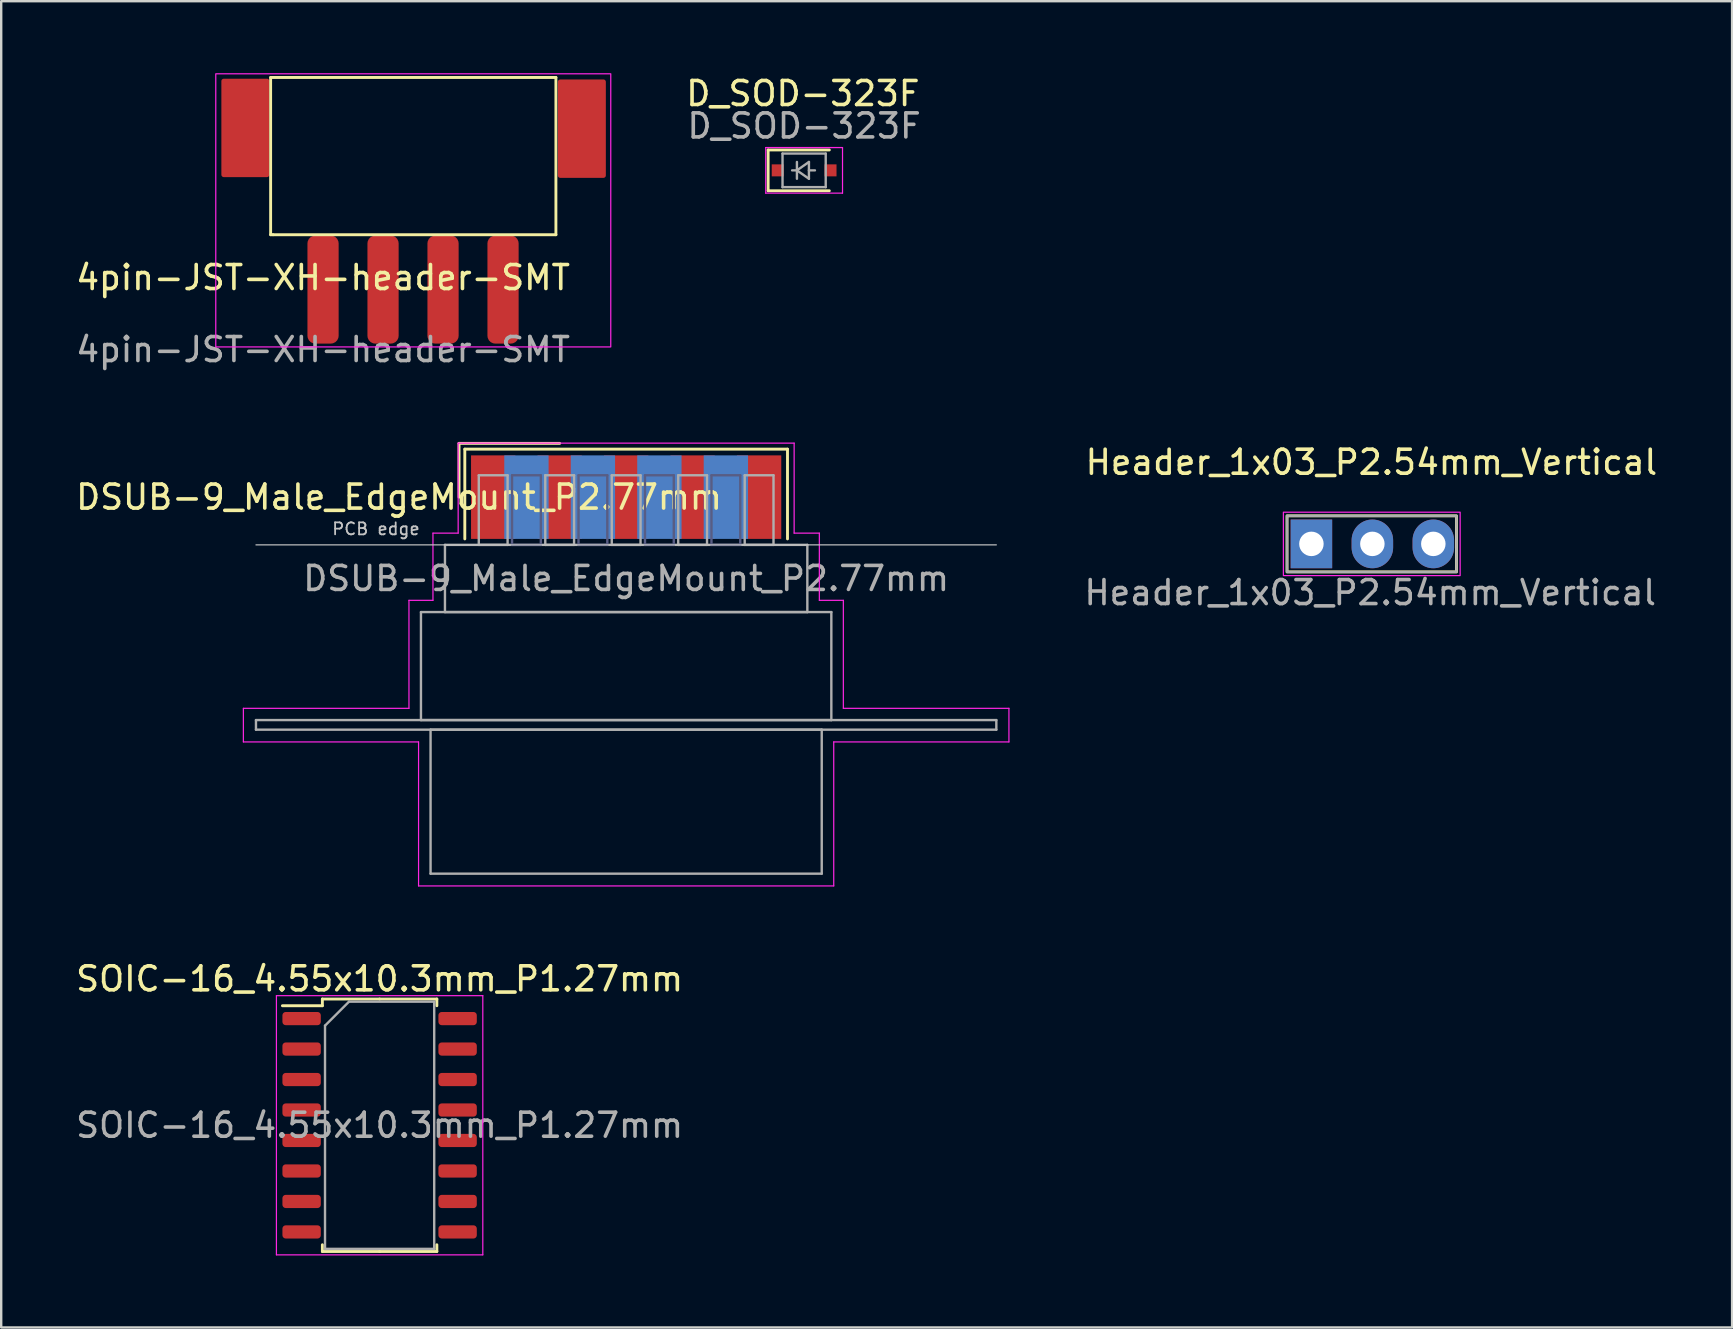
<source format=kicad_pcb>
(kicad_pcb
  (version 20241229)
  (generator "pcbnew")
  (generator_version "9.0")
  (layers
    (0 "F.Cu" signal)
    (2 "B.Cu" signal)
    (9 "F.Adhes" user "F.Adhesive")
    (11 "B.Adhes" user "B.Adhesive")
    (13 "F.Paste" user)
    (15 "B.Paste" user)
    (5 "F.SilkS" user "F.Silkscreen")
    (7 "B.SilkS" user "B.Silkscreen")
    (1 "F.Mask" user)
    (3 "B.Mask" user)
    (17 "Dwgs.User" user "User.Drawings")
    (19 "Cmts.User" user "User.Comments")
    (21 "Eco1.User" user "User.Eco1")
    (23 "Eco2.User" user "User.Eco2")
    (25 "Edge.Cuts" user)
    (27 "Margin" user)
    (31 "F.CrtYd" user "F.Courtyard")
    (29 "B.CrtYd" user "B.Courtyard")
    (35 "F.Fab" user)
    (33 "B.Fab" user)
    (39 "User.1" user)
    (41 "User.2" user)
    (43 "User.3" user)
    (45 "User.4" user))
  (footprint "Header_1x03_P2.54mm_Vertical"
    (layer "F.Cu")
    (at 51.595 19.613)
    (property "Reference" "Header_1x03_P2.54mm_Vertical" (at 2.5 -3.4 0) (layer "F.SilkS") (effects (font (size 1 1) (thickness 0.15))))
    (attr through_hole)
    (fp_rect (start -1.016 -1.168) (end 6.045 1.168) (stroke (width 0.12) (type solid)) (fill no) (layer "F.SilkS"))
    (fp_rect (start 6.198 -1.321) (end -1.168 1.321) (stroke (width 0.05) (type solid)) (fill no) (layer "F.CrtYd"))
    (fp_rect (start -1.016 -1.168) (end 6.045 1.168) (stroke (width 0.1) (type solid)) (fill no) (layer "F.Fab"))
    (fp_text user "${REFERENCE}" (at 2.45 2.032 0) (layer "F.Fab") (effects (font (size 1 1) (thickness 0.15))))
    (pad "1" thru_hole rect (at 0 0 90) (size 2.03 1.73) (drill 1.02) (layers "*.Cu" "*.Mask"))
    (pad "2" thru_hole oval (at 2.54 0 90) (size 2.03 1.73) (drill 1.02) (layers "*.Cu" "*.Mask"))
    (pad "3" thru_hole oval (at 5.08 0 90) (size 2.03 1.73) (drill 1.02) (layers "*.Cu" "*.Mask")))
  (footprint "D_SOD-323F"
    (layer "F.Cu")
    (at 30.457 4.049)
    (property "Reference" "D_SOD-323F" (at -0.051 -3.2 0) (layer "F.SilkS") (effects (font (size 1 1) (thickness 0.15))))
    (attr smd)
    (fp_line (start -1.5 -0.85) (end -1.5 0.85) (stroke (width 0.12) (type solid)) (layer "F.SilkS"))
    (fp_line (start -1.5 -0.85) (end 1.05 -0.85) (stroke (width 0.12) (type solid)) (layer "F.SilkS"))
    (fp_line (start -1.5 0.85) (end 1.05 0.85) (stroke (width 0.12) (type solid)) (layer "F.SilkS"))
    (fp_line (start -1.6 -0.95) (end -1.6 0.95) (stroke (width 0.05) (type solid)) (layer "F.CrtYd"))
    (fp_line (start -1.6 -0.95) (end 1.6 -0.95) (stroke (width 0.05) (type solid)) (layer "F.CrtYd"))
    (fp_line (start -1.6 0.95) (end 1.6 0.95) (stroke (width 0.05) (type solid)) (layer "F.CrtYd"))
    (fp_line (start 1.6 -0.95) (end 1.6 0.95) (stroke (width 0.05) (type solid)) (layer "F.CrtYd"))
    (fp_line (start -0.9 -0.7) (end 0.9 -0.7) (stroke (width 0.1) (type solid)) (layer "F.Fab"))
    (fp_line (start -0.9 0.7) (end -0.9 -0.7) (stroke (width 0.1) (type solid)) (layer "F.Fab"))
    (fp_line (start -0.3 -0.35) (end -0.3 0.35) (stroke (width 0.1) (type solid)) (layer "F.Fab"))
    (fp_line (start -0.3 0) (end -0.5 0) (stroke (width 0.1) (type solid)) (layer "F.Fab"))
    (fp_line (start -0.3 0) (end 0.2 -0.35) (stroke (width 0.1) (type solid)) (layer "F.Fab"))
    (fp_line (start 0.2 -0.35) (end 0.2 0.35) (stroke (width 0.1) (type solid)) (layer "F.Fab"))
    (fp_line (start 0.2 0) (end 0.45 0) (stroke (width 0.1) (type solid)) (layer "F.Fab"))
    (fp_line (start 0.2 0.35) (end -0.3 0) (stroke (width 0.1) (type solid)) (layer "F.Fab"))
    (fp_line (start 0.9 -0.7) (end 0.9 0.7) (stroke (width 0.1) (type solid)) (layer "F.Fab"))
    (fp_line (start 0.9 0.7) (end -0.9 0.7) (stroke (width 0.1) (type solid)) (layer "F.Fab"))
    (fp_text user "${REFERENCE}" (at 0 -1.85 0) (layer "F.Fab") (effects (font (size 1 1) (thickness 0.15))))
    (pad "1" smd rect (at -1.1 0) (size 0.5 0.5) (layers "F.Cu" "F.Mask" "F.Paste"))
    (pad "2" smd rect (at 1.1 0) (size 0.5 0.5) (layers "F.Cu" "F.Mask" "F.Paste")))
  (footprint "DSUB-9_Male_EdgeMount_P2.77mm"
    (layer "F.Cu")
    (at 23.041 17.665)
    (property "Reference" "DSUB-9_Male_EdgeMount_P2.77mm" (at -9.463 0 180) (layer "F.SilkS") (effects (font (size 1 1) (thickness 0.15))))
    (attr smd)
    (fp_line (start -6.963 -2.24) (end -2.77 -2.24) (stroke (width 0.12) (type solid)) (layer "F.SilkS"))
    (fp_line (start -6.963 0) (end -6.963 -2.24) (stroke (width 0.12) (type solid)) (layer "F.SilkS"))
    (fp_line (start -6.723 -2) (end -6.723 1.74) (stroke (width 0.12) (type solid)) (layer "F.SilkS"))
    (fp_line (start 6.723 -2) (end -6.723 -2) (stroke (width 0.12) (type solid)) (layer "F.SilkS"))
    (fp_line (start 6.723 1.74) (end 6.723 -2) (stroke (width 0.12) (type solid)) (layer "F.SilkS"))
    (fp_line (start -15.425 1.99) (end 15.425 1.99) (stroke (width 0.05) (type solid)) (layer "Dwgs.User"))
    (fp_line (start -15.95 8.8) (end -9.05 8.8) (stroke (width 0.05) (type solid)) (layer "F.CrtYd"))
    (fp_line (start -15.95 10.2) (end -15.95 8.8) (stroke (width 0.05) (type solid)) (layer "F.CrtYd"))
    (fp_line (start -9.05 4.3) (end -8.05 4.3) (stroke (width 0.05) (type solid)) (layer "F.CrtYd"))
    (fp_line (start -9.05 8.8) (end -9.05 4.3) (stroke (width 0.05) (type solid)) (layer "F.CrtYd"))
    (fp_line (start -8.65 10.2) (end -15.95 10.2) (stroke (width 0.05) (type solid)) (layer "F.CrtYd"))
    (fp_line (start -8.65 16.2) (end -8.65 10.2) (stroke (width 0.05) (type solid)) (layer "F.CrtYd"))
    (fp_line (start -8.05 1.5) (end -7 1.5) (stroke (width 0.05) (type solid)) (layer "F.CrtYd"))
    (fp_line (start -8.05 4.3) (end -8.05 1.5) (stroke (width 0.05) (type solid)) (layer "F.CrtYd"))
    (fp_line (start -7 -2.25) (end 7 -2.25) (stroke (width 0.05) (type solid)) (layer "F.CrtYd"))
    (fp_line (start -7 1.5) (end -7 -2.25) (stroke (width 0.05) (type solid)) (layer "F.CrtYd"))
    (fp_line (start 7 -2.25) (end 7 1.5) (stroke (width 0.05) (type solid)) (layer "F.CrtYd"))
    (fp_line (start 7 1.5) (end 8.05 1.5) (stroke (width 0.05) (type solid)) (layer "F.CrtYd"))
    (fp_line (start 8.05 1.5) (end 8.05 4.3) (stroke (width 0.05) (type solid)) (layer "F.CrtYd"))
    (fp_line (start 8.05 4.3) (end 9.05 4.3) (stroke (width 0.05) (type solid)) (layer "F.CrtYd"))
    (fp_line (start 8.65 10.2) (end 8.65 16.2) (stroke (width 0.05) (type solid)) (layer "F.CrtYd"))
    (fp_line (start 8.65 16.2) (end -8.65 16.2) (stroke (width 0.05) (type solid)) (layer "F.CrtYd"))
    (fp_line (start 9.05 4.3) (end 9.05 8.8) (stroke (width 0.05) (type solid)) (layer "F.CrtYd"))
    (fp_line (start 9.05 8.8) (end 15.95 8.8) (stroke (width 0.05) (type solid)) (layer "F.CrtYd"))
    (fp_line (start 15.95 8.8) (end 15.95 10.2) (stroke (width 0.05) (type solid)) (layer "F.CrtYd"))
    (fp_line (start 15.95 10.2) (end 8.65 10.2) (stroke (width 0.05) (type solid)) (layer "F.CrtYd"))
    (fp_line (start -4.755 -0.91) (end -4.755 1.99) (stroke (width 0.1) (type solid)) (layer "B.Fab"))
    (fp_line (start -4.755 1.99) (end -3.555 1.99) (stroke (width 0.1) (type solid)) (layer "B.Fab"))
    (fp_line (start -3.555 -0.91) (end -4.755 -0.91) (stroke (width 0.1) (type solid)) (layer "B.Fab"))
    (fp_line (start -3.555 1.99) (end -3.555 -0.91) (stroke (width 0.1) (type solid)) (layer "B.Fab"))
    (fp_line (start -1.985 -0.91) (end -1.985 1.99) (stroke (width 0.1) (type solid)) (layer "B.Fab"))
    (fp_line (start -1.985 1.99) (end -0.785 1.99) (stroke (width 0.1) (type solid)) (layer "B.Fab"))
    (fp_line (start -0.785 -0.91) (end -1.985 -0.91) (stroke (width 0.1) (type solid)) (layer "B.Fab"))
    (fp_line (start -0.785 1.99) (end -0.785 -0.91) (stroke (width 0.1) (type solid)) (layer "B.Fab"))
    (fp_line (start 0.785 -0.91) (end 0.785 1.99) (stroke (width 0.1) (type solid)) (layer "B.Fab"))
    (fp_line (start 0.785 1.99) (end 1.985 1.99) (stroke (width 0.1) (type solid)) (layer "B.Fab"))
    (fp_line (start 1.985 -0.91) (end 0.785 -0.91) (stroke (width 0.1) (type solid)) (layer "B.Fab"))
    (fp_line (start 1.985 1.99) (end 1.985 -0.91) (stroke (width 0.1) (type solid)) (layer "B.Fab"))
    (fp_line (start 3.555 -0.91) (end 3.555 1.99) (stroke (width 0.1) (type solid)) (layer "B.Fab"))
    (fp_line (start 3.555 1.99) (end 4.755 1.99) (stroke (width 0.1) (type solid)) (layer "B.Fab"))
    (fp_line (start 4.755 -0.91) (end 3.555 -0.91) (stroke (width 0.1) (type solid)) (layer "B.Fab"))
    (fp_line (start 4.755 1.99) (end 4.755 -0.91) (stroke (width 0.1) (type solid)) (layer "B.Fab"))
    (fp_line (start -15.425 9.29) (end -15.425 9.69) (stroke (width 0.1) (type solid)) (layer "F.Fab"))
    (fp_line (start -15.425 9.69) (end 15.425 9.69) (stroke (width 0.1) (type solid)) (layer "F.Fab"))
    (fp_line (start -8.55 4.79) (end -8.55 9.29) (stroke (width 0.1) (type solid)) (layer "F.Fab"))
    (fp_line (start -8.55 9.29) (end 8.55 9.29) (stroke (width 0.1) (type solid)) (layer "F.Fab"))
    (fp_line (start -8.15 9.69) (end -8.15 15.69) (stroke (width 0.1) (type solid)) (layer "F.Fab"))
    (fp_line (start -8.15 15.69) (end 8.15 15.69) (stroke (width 0.1) (type solid)) (layer "F.Fab"))
    (fp_line (start -7.55 1.99) (end -7.55 4.79) (stroke (width 0.1) (type solid)) (layer "F.Fab"))
    (fp_line (start -7.55 4.79) (end 7.55 4.79) (stroke (width 0.1) (type solid)) (layer "F.Fab"))
    (fp_line (start -6.14 -0.91) (end -6.14 1.99) (stroke (width 0.1) (type solid)) (layer "F.Fab"))
    (fp_line (start -6.14 1.99) (end -4.94 1.99) (stroke (width 0.1) (type solid)) (layer "F.Fab"))
    (fp_line (start -4.94 -0.91) (end -6.14 -0.91) (stroke (width 0.1) (type solid)) (layer "F.Fab"))
    (fp_line (start -4.94 1.99) (end -4.94 -0.91) (stroke (width 0.1) (type solid)) (layer "F.Fab"))
    (fp_line (start -3.37 -0.91) (end -3.37 1.99) (stroke (width 0.1) (type solid)) (layer "F.Fab"))
    (fp_line (start -3.37 1.99) (end -2.17 1.99) (stroke (width 0.1) (type solid)) (layer "F.Fab"))
    (fp_line (start -2.17 -0.91) (end -3.37 -0.91) (stroke (width 0.1) (type solid)) (layer "F.Fab"))
    (fp_line (start -2.17 1.99) (end -2.17 -0.91) (stroke (width 0.1) (type solid)) (layer "F.Fab"))
    (fp_line (start -0.6 -0.91) (end -0.6 1.99) (stroke (width 0.1) (type solid)) (layer "F.Fab"))
    (fp_line (start -0.6 1.99) (end 0.6 1.99) (stroke (width 0.1) (type solid)) (layer "F.Fab"))
    (fp_line (start 0.6 -0.91) (end -0.6 -0.91) (stroke (width 0.1) (type solid)) (layer "F.Fab"))
    (fp_line (start 0.6 1.99) (end 0.6 -0.91) (stroke (width 0.1) (type solid)) (layer "F.Fab"))
    (fp_line (start 2.17 -0.91) (end 2.17 1.99) (stroke (width 0.1) (type solid)) (layer "F.Fab"))
    (fp_line (start 2.17 1.99) (end 3.37 1.99) (stroke (width 0.1) (type solid)) (layer "F.Fab"))
    (fp_line (start 3.37 -0.91) (end 2.17 -0.91) (stroke (width 0.1) (type solid)) (layer "F.Fab"))
    (fp_line (start 3.37 1.99) (end 3.37 -0.91) (stroke (width 0.1) (type solid)) (layer "F.Fab"))
    (fp_line (start 4.94 -0.91) (end 4.94 1.99) (stroke (width 0.1) (type solid)) (layer "F.Fab"))
    (fp_line (start 4.94 1.99) (end 6.14 1.99) (stroke (width 0.1) (type solid)) (layer "F.Fab"))
    (fp_line (start 6.14 -0.91) (end 4.94 -0.91) (stroke (width 0.1) (type solid)) (layer "F.Fab"))
    (fp_line (start 6.14 1.99) (end 6.14 -0.91) (stroke (width 0.1) (type solid)) (layer "F.Fab"))
    (fp_line (start 7.55 1.99) (end -7.55 1.99) (stroke (width 0.1) (type solid)) (layer "F.Fab"))
    (fp_line (start 7.55 4.79) (end 7.55 1.99) (stroke (width 0.1) (type solid)) (layer "F.Fab"))
    (fp_line (start 8.15 9.69) (end -8.15 9.69) (stroke (width 0.1) (type solid)) (layer "F.Fab"))
    (fp_line (start 8.15 15.69) (end 8.15 9.69) (stroke (width 0.1) (type solid)) (layer "F.Fab"))
    (fp_line (start 8.55 4.79) (end -8.55 4.79) (stroke (width 0.1) (type solid)) (layer "F.Fab"))
    (fp_line (start 8.55 9.29) (end 8.55 4.79) (stroke (width 0.1) (type solid)) (layer "F.Fab"))
    (fp_line (start 15.425 9.29) (end -15.425 9.29) (stroke (width 0.1) (type solid)) (layer "F.Fab"))
    (fp_line (start 15.425 9.69) (end 15.425 9.29) (stroke (width 0.1) (type solid)) (layer "F.Fab"))
    (fp_text user "PCB edge" (at -10.425 1.323 180) (layer "Dwgs.User") (effects (font (size 0.5 0.5) (thickness 0.075))))
    (fp_text user "${REFERENCE}" (at 0 3.39 180) (layer "F.Fab") (effects (font (size 1 1) (thickness 0.15))))
    (pad "1" smd rect (at -5.54 0) (size 1.847 3.48) (layers "F.Cu" "F.Mask" "F.Paste"))
    (pad "2" smd rect (at -2.77 0) (size 1.847 3.48) (layers "F.Cu" "F.Mask" "F.Paste"))
    (pad "3" smd rect (at 0 0) (size 1.847 3.48) (layers "F.Cu" "F.Mask" "F.Paste"))
    (pad "4" smd rect (at 2.77 0) (size 1.847 3.48) (layers "F.Cu" "F.Mask" "F.Paste"))
    (pad "5" smd rect (at 5.54 0) (size 1.847 3.48) (layers "F.Cu" "F.Mask" "F.Paste"))
    (pad "6" smd rect (at -4.155 0) (size 1.847 3.48) (layers "B.Cu" "B.Mask" "B.Paste"))
    (pad "7" smd rect (at -1.385 0) (size 1.847 3.48) (layers "B.Cu" "B.Mask" "B.Paste"))
    (pad "8" smd rect (at 1.385 0) (size 1.847 3.48) (layers "B.Cu" "B.Mask" "B.Paste"))
    (pad "9" smd rect (at 4.155 0) (size 1.847 3.48) (layers "B.Cu" "B.Mask" "B.Paste")))
  (footprint "SOIC-16_4.55x10.3mm_P1.27mm"
    (layer "F.Cu")
    (at 12.768 43.838)
    (property "Reference" "SOIC-16_4.55x10.3mm_P1.27mm" (at 0 -6.1 180) (layer "F.SilkS") (effects (font (size 1 1) (thickness 0.15))))
    (attr smd)
    (fp_line (start -2.385 -5.26) (end -2.385 -4.98) (stroke (width 0.12) (type solid)) (layer "F.SilkS"))
    (fp_line (start -2.385 -4.98) (end -4.05 -4.98) (stroke (width 0.12) (type solid)) (layer "F.SilkS"))
    (fp_line (start -2.385 5.26) (end -2.385 4.98) (stroke (width 0.12) (type solid)) (layer "F.SilkS"))
    (fp_line (start 0 -5.26) (end -2.385 -5.26) (stroke (width 0.12) (type solid)) (layer "F.SilkS"))
    (fp_line (start 0 -5.26) (end 2.385 -5.26) (stroke (width 0.12) (type solid)) (layer "F.SilkS"))
    (fp_line (start 0 5.26) (end -2.385 5.26) (stroke (width 0.12) (type solid)) (layer "F.SilkS"))
    (fp_line (start 0 5.26) (end 2.385 5.26) (stroke (width 0.12) (type solid)) (layer "F.SilkS"))
    (fp_line (start 2.385 -5.26) (end 2.385 -4.98) (stroke (width 0.12) (type solid)) (layer "F.SilkS"))
    (fp_line (start 2.385 5.26) (end 2.385 4.98) (stroke (width 0.12) (type solid)) (layer "F.SilkS"))
    (fp_line (start -4.3 -5.4) (end -4.3 5.4) (stroke (width 0.05) (type solid)) (layer "F.CrtYd"))
    (fp_line (start -4.3 5.4) (end 4.3 5.4) (stroke (width 0.05) (type solid)) (layer "F.CrtYd"))
    (fp_line (start 4.3 -5.4) (end -4.3 -5.4) (stroke (width 0.05) (type solid)) (layer "F.CrtYd"))
    (fp_line (start 4.3 5.4) (end 4.3 -5.4) (stroke (width 0.05) (type solid)) (layer "F.CrtYd"))
    (fp_line (start -2.275 -4.15) (end -1.275 -5.15) (stroke (width 0.1) (type solid)) (layer "F.Fab"))
    (fp_line (start -2.275 5.15) (end -2.275 -4.15) (stroke (width 0.1) (type solid)) (layer "F.Fab"))
    (fp_line (start -1.275 -5.15) (end 2.275 -5.15) (stroke (width 0.1) (type solid)) (layer "F.Fab"))
    (fp_line (start 2.275 -5.15) (end 2.275 5.15) (stroke (width 0.1) (type solid)) (layer "F.Fab"))
    (fp_line (start 2.275 5.15) (end -2.275 5.15) (stroke (width 0.1) (type solid)) (layer "F.Fab"))
    (fp_text user "${REFERENCE}" (at 0 0 180) (layer "F.Fab") (effects (font (size 1 1) (thickness 0.15))))
    (pad "1" smd roundrect (at -3.25 -4.445) (size 1.6 0.55) (layers "F.Cu" "F.Mask" "F.Paste") (roundrect_rratio 0.25))
    (pad "2" smd roundrect (at -3.25 -3.175) (size 1.6 0.55) (layers "F.Cu" "F.Mask" "F.Paste") (roundrect_rratio 0.25))
    (pad "3" smd roundrect (at -3.25 -1.905) (size 1.6 0.55) (layers "F.Cu" "F.Mask" "F.Paste") (roundrect_rratio 0.25))
    (pad "4" smd roundrect (at -3.25 -0.635) (size 1.6 0.55) (layers "F.Cu" "F.Mask" "F.Paste") (roundrect_rratio 0.25))
    (pad "5" smd roundrect (at -3.25 0.635) (size 1.6 0.55) (layers "F.Cu" "F.Mask" "F.Paste") (roundrect_rratio 0.25))
    (pad "6" smd roundrect (at -3.25 1.905) (size 1.6 0.55) (layers "F.Cu" "F.Mask" "F.Paste") (roundrect_rratio 0.25))
    (pad "7" smd roundrect (at -3.25 3.175) (size 1.6 0.55) (layers "F.Cu" "F.Mask" "F.Paste") (roundrect_rratio 0.25))
    (pad "8" smd roundrect (at -3.25 4.445) (size 1.6 0.55) (layers "F.Cu" "F.Mask" "F.Paste") (roundrect_rratio 0.25))
    (pad "9" smd roundrect (at 3.25 4.445) (size 1.6 0.55) (layers "F.Cu" "F.Mask" "F.Paste") (roundrect_rratio 0.25))
    (pad "10" smd roundrect (at 3.25 3.175) (size 1.6 0.55) (layers "F.Cu" "F.Mask" "F.Paste") (roundrect_rratio 0.25))
    (pad "11" smd roundrect (at 3.25 1.905) (size 1.6 0.55) (layers "F.Cu" "F.Mask" "F.Paste") (roundrect_rratio 0.25))
    (pad "12" smd roundrect (at 3.25 0.635) (size 1.6 0.55) (layers "F.Cu" "F.Mask" "F.Paste") (roundrect_rratio 0.25))
    (pad "13" smd roundrect (at 3.25 -0.635) (size 1.6 0.55) (layers "F.Cu" "F.Mask" "F.Paste") (roundrect_rratio 0.25))
    (pad "14" smd roundrect (at 3.25 -1.905) (size 1.6 0.55) (layers "F.Cu" "F.Mask" "F.Paste") (roundrect_rratio 0.25))
    (pad "15" smd roundrect (at 3.25 -3.175) (size 1.6 0.55) (layers "F.Cu" "F.Mask" "F.Paste") (roundrect_rratio 0.25))
    (pad "16" smd roundrect (at 3.25 -4.445) (size 1.6 0.55) (layers "F.Cu" "F.Mask" "F.Paste") (roundrect_rratio 0.25)))
  (footprint "4pin-JST-XH-header-SMT"
    (layer "F.Cu")
    (at 10.411 9.017)
    (property "Reference" "4pin-JST-XH-header-SMT" (at 0 -0.5 0) (unlocked yes) (layer "F.SilkS") (effects (font (size 1 1) (thickness 0.15))))
    (attr smd)
    (fp_rect (start -4.137 -8.687) (end -2.337 -4.787) (stroke (width 0.2) (type solid)) (fill yes) (layer "F.Cu"))
    (fp_rect (start 9.884 -8.656) (end 11.684 -4.756) (stroke (width 0.2) (type solid)) (fill yes) (layer "F.Cu"))
    (fp_line (start -2.184 -8.839) (end -2.184 -2.286) (stroke (width 0.12) (type solid)) (layer "F.SilkS"))
    (fp_line (start -2.184 -8.839) (end 9.703 -8.839) (stroke (width 0.12) (type solid)) (layer "F.SilkS"))
    (fp_line (start -2.184 -2.286) (end -2.083 -2.286) (stroke (width 0.12) (type solid)) (layer "F.SilkS"))
    (fp_line (start 9.703 -8.839) (end 9.703 -2.286) (stroke (width 0.12) (type solid)) (layer "F.SilkS"))
    (fp_line (start 9.703 -2.286) (end -2.083 -2.286) (stroke (width 0.12) (type solid)) (layer "F.SilkS"))
    (fp_rect (start -4.47 -8.992) (end 11.989 2.388) (stroke (width 0.05) (type solid)) (fill no) (layer "F.CrtYd"))
    (fp_text user "${REFERENCE}" (at 0 2.5 0) (unlocked yes) (layer "F.Fab") (effects (font (size 1 1) (thickness 0.15))))
    (pad "1" smd roundrect (at 0 0) (size 1.3 4.5) (layers "F.Cu" "F.Mask" "F.Paste") (roundrect_rratio 0.25))
    (pad "2" smd roundrect (at 2.5 0) (size 1.3 4.5) (layers "F.Cu" "F.Mask" "F.Paste") (roundrect_rratio 0.25))
    (pad "3" smd roundrect (at 5 0) (size 1.3 4.5) (layers "F.Cu" "F.Mask" "F.Paste") (roundrect_rratio 0.25))
    (pad "4" smd roundrect (at 7.5 0) (size 1.3 4.5) (layers "F.Cu" "F.Mask" "F.Paste") (roundrect_rratio 0.25)))
  (gr_rect
    (start -3 -3)
    (end 69.125 52.263)
    (stroke (width 0.1) (type default))
    (fill no)
    (layer "Edge.Cuts")))
</source>
